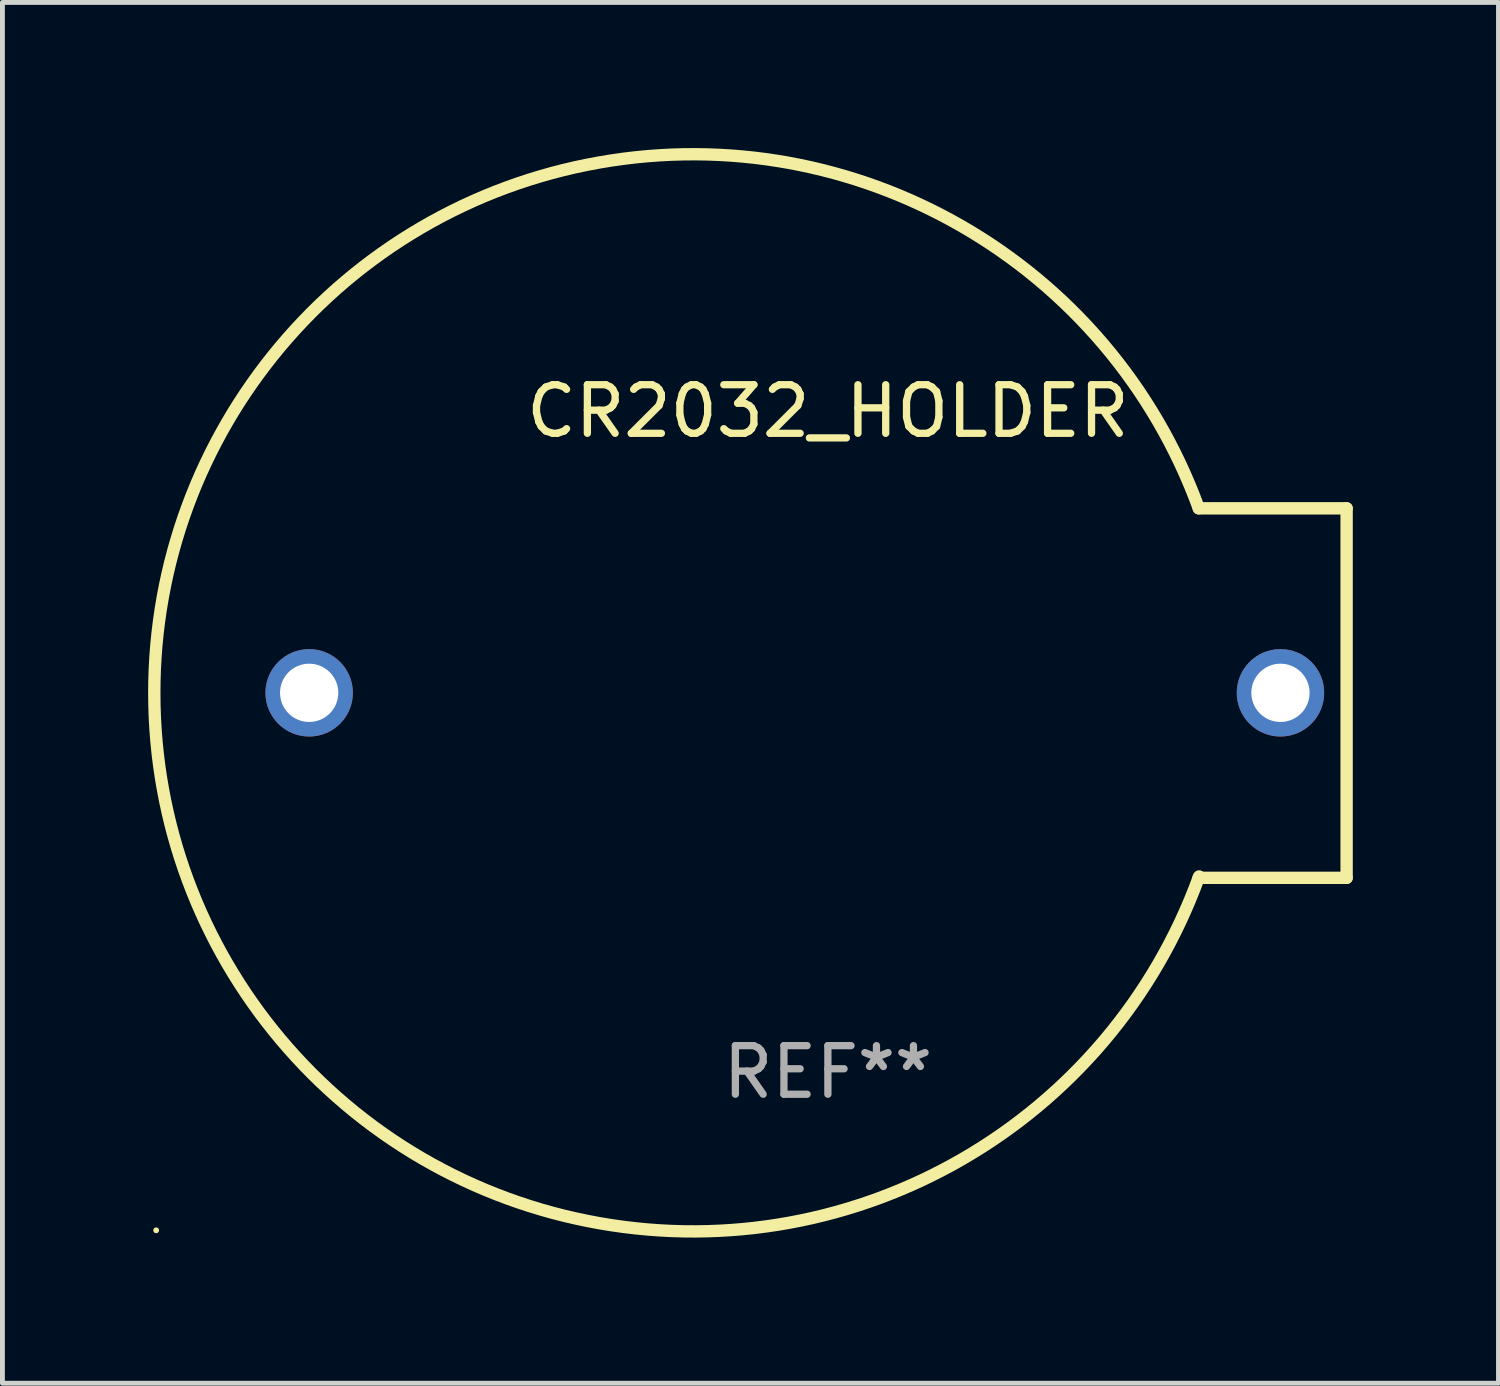
<source format=kicad_pcb>
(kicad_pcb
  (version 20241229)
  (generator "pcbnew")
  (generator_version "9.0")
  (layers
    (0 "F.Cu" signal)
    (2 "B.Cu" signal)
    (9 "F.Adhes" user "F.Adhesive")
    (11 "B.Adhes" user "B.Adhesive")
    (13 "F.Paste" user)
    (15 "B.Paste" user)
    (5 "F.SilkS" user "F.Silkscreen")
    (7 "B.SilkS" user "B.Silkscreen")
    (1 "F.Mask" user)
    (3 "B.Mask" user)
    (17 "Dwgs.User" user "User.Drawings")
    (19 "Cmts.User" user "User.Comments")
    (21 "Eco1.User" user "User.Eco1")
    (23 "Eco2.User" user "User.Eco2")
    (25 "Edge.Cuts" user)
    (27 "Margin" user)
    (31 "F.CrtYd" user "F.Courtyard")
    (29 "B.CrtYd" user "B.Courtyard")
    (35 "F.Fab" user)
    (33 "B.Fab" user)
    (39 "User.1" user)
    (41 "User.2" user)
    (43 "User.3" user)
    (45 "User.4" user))
  (footprint "CR2032_HOLDER"
    (layer "F.Cu")
    (at 13.316 11.216)
    (property "Reference" "CR2032_HOLDER" (at 0.681 -5.799 0) (layer "F.SilkS") (effects (font (size 1 1) (thickness 0.15))))
    (attr through_hole)
    (fp_line (start 8.318 -3.799) (end 11.362 -3.799) (stroke (width 0.254) (type solid)) (layer "F.SilkS"))
    (fp_line (start 11.362 -3.799) (end 11.362 3.81) (stroke (width 0.254) (type solid)) (layer "F.SilkS"))
    (fp_line (start 11.362 3.81) (end 8.314 3.81) (stroke (width 0.254) (type solid)) (layer "F.SilkS"))
    (fp_arc (start 8.324587 3.781102) (mid -13.189055 0.010036) (end 8.317694 -3.800144) (stroke (width 0.254001) (type solid)) (layer "F.SilkS"))
    (fp_circle (center -13.15 11.067) (end -13.12 11.067) (stroke (width 0.06) (type solid)) (fill no) (layer "F.SilkS"))
    (fp_text user "REF**" (at 0.681 7.81 0) (layer "F.Fab") (effects (font (size 1 1) (thickness 0.15))))
    (pad "1" thru_hole circle (at -10 -0.000025) (size 1.8 1.8) (drill 1.2) (layers "*.Cu" "*.Mask"))
    (pad "2" thru_hole circle (at 10 -0.000025) (size 1.8 1.8) (drill 1.2) (layers "*.Cu" "*.Mask")))
  (gr_rect
    (start -3 -3)
    (end 27.805 25.432)
    (stroke (width 0.1) (type default))
    (fill no)
    (layer "Edge.Cuts")))
</source>
